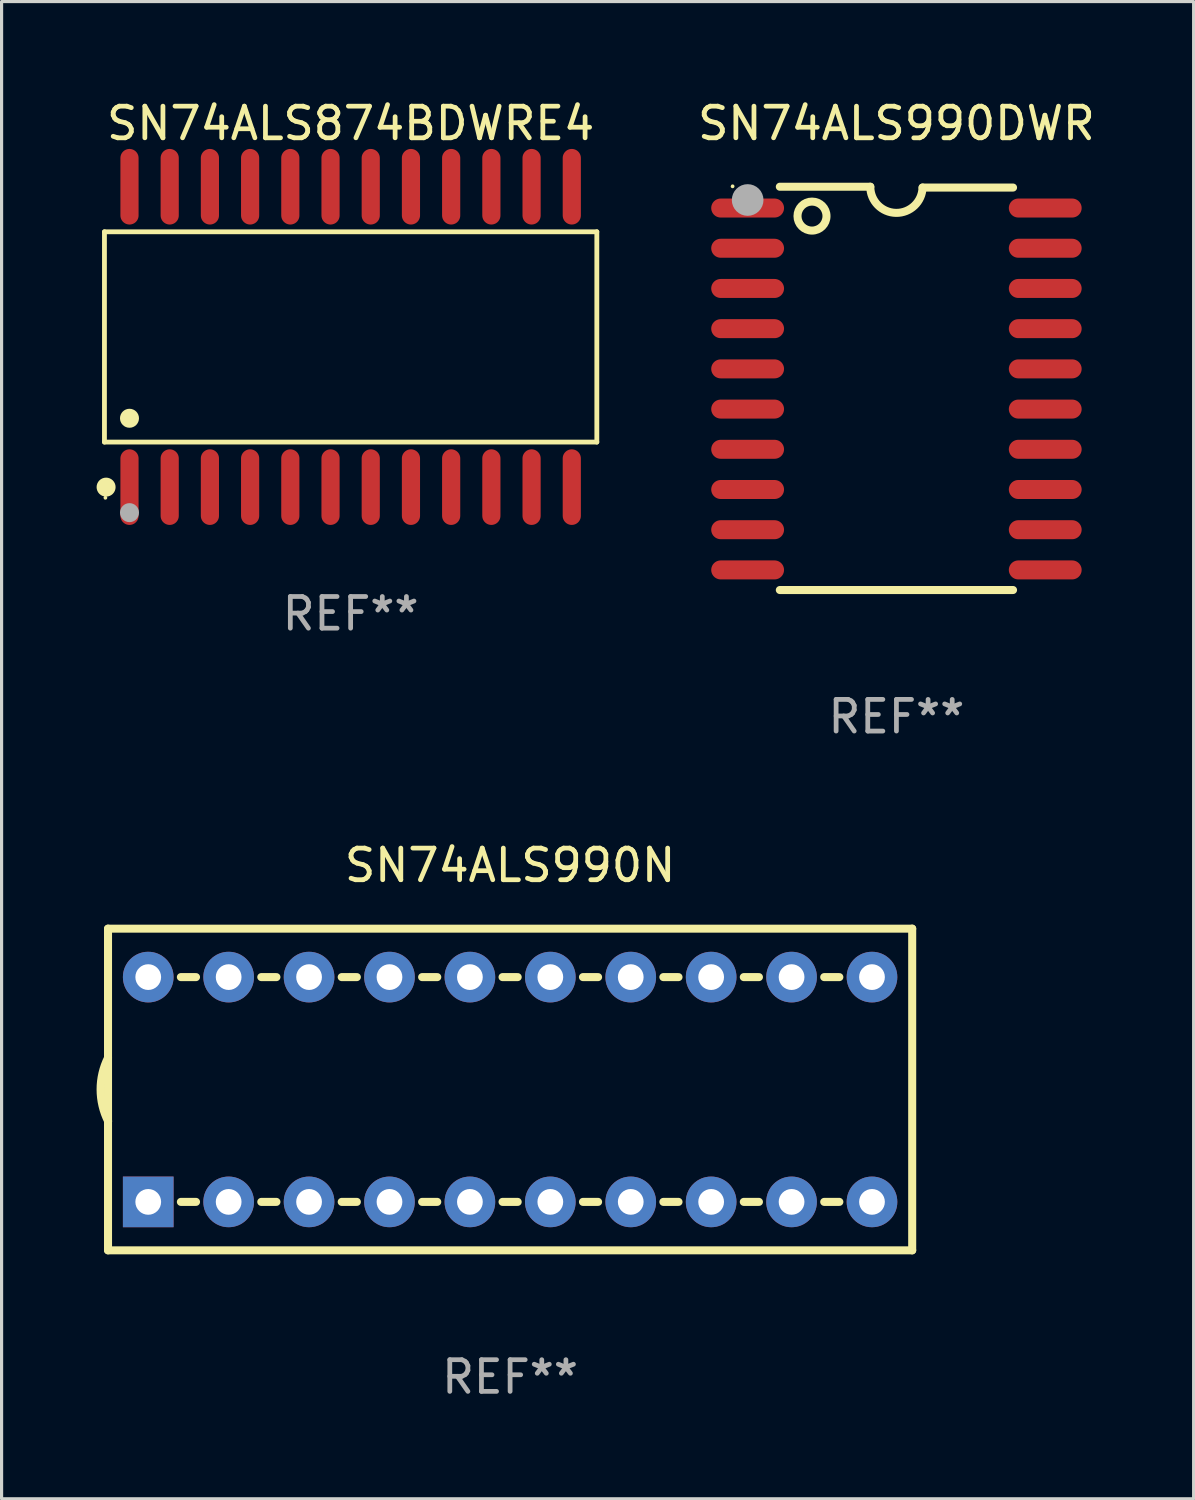
<source format=kicad_pcb>
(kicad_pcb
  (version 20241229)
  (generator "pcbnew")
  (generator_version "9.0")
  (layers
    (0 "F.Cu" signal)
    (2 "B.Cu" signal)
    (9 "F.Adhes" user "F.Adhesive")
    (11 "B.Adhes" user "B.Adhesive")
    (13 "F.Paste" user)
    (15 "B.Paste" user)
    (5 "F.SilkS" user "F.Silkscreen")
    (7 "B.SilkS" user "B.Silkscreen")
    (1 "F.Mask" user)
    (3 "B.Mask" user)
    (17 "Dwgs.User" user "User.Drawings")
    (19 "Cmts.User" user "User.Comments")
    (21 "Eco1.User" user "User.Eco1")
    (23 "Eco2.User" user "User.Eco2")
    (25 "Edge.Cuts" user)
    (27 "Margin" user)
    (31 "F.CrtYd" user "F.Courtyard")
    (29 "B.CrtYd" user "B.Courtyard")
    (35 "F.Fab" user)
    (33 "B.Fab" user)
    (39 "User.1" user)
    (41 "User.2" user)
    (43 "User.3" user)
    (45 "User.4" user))
  (footprint "SN74ALS874BDWRE4"
    (layer "F.Cu")
    (at 8.025 7.592)
    (property "Reference" "SN74ALS874BDWRE4" (at 0 -6.744 0) (layer "F.SilkS") (effects (font (size 1 1) (thickness 0.15))))
    (attr through_hole)
    (fp_line (start -7.776 -3.321) (end 7.776 -3.321) (stroke (width 0.152) (type solid)) (layer "F.SilkS"))
    (fp_line (start -7.776 3.321) (end -7.776 -3.321) (stroke (width 0.152) (type solid)) (layer "F.SilkS"))
    (fp_line (start 7.776 -3.321) (end 7.776 3.321) (stroke (width 0.152) (type solid)) (layer "F.SilkS"))
    (fp_line (start 7.776 3.321) (end -7.776 3.321) (stroke (width 0.152) (type solid)) (layer "F.SilkS"))
    (fp_circle (center -7.747 5.08) (end -7.717 5.08) (stroke (width 0.06) (type solid)) (fill no) (layer "F.SilkS"))
    (fp_circle (center -7.724 4.744) (end -7.574 4.744) (stroke (width 0.3) (type solid)) (fill no) (layer "F.SilkS"))
    (fp_circle (center -6.985 2.569) (end -6.835 2.569) (stroke (width 0.3) (type solid)) (fill no) (layer "F.SilkS"))
    (fp_circle (center -6.985 5.55) (end -6.835 5.55) (stroke (width 0.3) (type solid)) (fill no) (layer "F.Fab"))
    (fp_text user "REF**" (at 0 8.744 0) (layer "F.Fab") (effects (font (size 1 1) (thickness 0.15))))
    (pad "1" smd oval (at -6.985 4.744) (size 0.574 2.388) (layers "F.Cu" "F.Mask" "F.Paste"))
    (pad "2" smd oval (at -5.715 4.744) (size 0.574 2.388) (layers "F.Cu" "F.Mask" "F.Paste"))
    (pad "3" smd oval (at -4.445 4.744) (size 0.574 2.388) (layers "F.Cu" "F.Mask" "F.Paste"))
    (pad "4" smd oval (at -3.175 4.744) (size 0.574 2.388) (layers "F.Cu" "F.Mask" "F.Paste"))
    (pad "5" smd oval (at -1.905 4.744) (size 0.574 2.388) (layers "F.Cu" "F.Mask" "F.Paste"))
    (pad "6" smd oval (at -0.635 4.744) (size 0.574 2.388) (layers "F.Cu" "F.Mask" "F.Paste"))
    (pad "7" smd oval (at 0.635 4.744) (size 0.574 2.388) (layers "F.Cu" "F.Mask" "F.Paste"))
    (pad "8" smd oval (at 1.905 4.744) (size 0.574 2.388) (layers "F.Cu" "F.Mask" "F.Paste"))
    (pad "9" smd oval (at 3.175 4.744) (size 0.574 2.388) (layers "F.Cu" "F.Mask" "F.Paste"))
    (pad "10" smd oval (at 4.445 4.744) (size 0.574 2.388) (layers "F.Cu" "F.Mask" "F.Paste"))
    (pad "11" smd oval (at 5.715 4.744) (size 0.574 2.388) (layers "F.Cu" "F.Mask" "F.Paste"))
    (pad "12" smd oval (at 6.985 4.744) (size 0.574 2.388) (layers "F.Cu" "F.Mask" "F.Paste"))
    (pad "13" smd oval (at 6.985 -4.744) (size 0.574 2.388) (layers "F.Cu" "F.Mask" "F.Paste"))
    (pad "14" smd oval (at 5.715 -4.744) (size 0.574 2.388) (layers "F.Cu" "F.Mask" "F.Paste"))
    (pad "15" smd oval (at 4.445 -4.744) (size 0.574 2.388) (layers "F.Cu" "F.Mask" "F.Paste"))
    (pad "16" smd oval (at 3.175 -4.744) (size 0.574 2.388) (layers "F.Cu" "F.Mask" "F.Paste"))
    (pad "17" smd oval (at 1.905 -4.744) (size 0.574 2.388) (layers "F.Cu" "F.Mask" "F.Paste"))
    (pad "18" smd oval (at 0.635 -4.744) (size 0.574 2.388) (layers "F.Cu" "F.Mask" "F.Paste"))
    (pad "19" smd oval (at -0.635 -4.744) (size 0.574 2.388) (layers "F.Cu" "F.Mask" "F.Paste"))
    (pad "20" smd oval (at -1.905 -4.744) (size 0.574 2.388) (layers "F.Cu" "F.Mask" "F.Paste"))
    (pad "21" smd oval (at -3.175 -4.744) (size 0.574 2.388) (layers "F.Cu" "F.Mask" "F.Paste"))
    (pad "22" smd oval (at -4.445 -4.744) (size 0.574 2.388) (layers "F.Cu" "F.Mask" "F.Paste"))
    (pad "23" smd oval (at -5.715 -4.744) (size 0.574 2.388) (layers "F.Cu" "F.Mask" "F.Paste"))
    (pad "24" smd oval (at -6.985 -4.744) (size 0.574 2.388) (layers "F.Cu" "F.Mask" "F.Paste")))
  (footprint "SN74ALS990N"
    (layer "F.Cu")
    (at 13.062 31.362)
    (property "Reference" "SN74ALS990N" (at 0 -7.08 0) (layer "F.SilkS") (effects (font (size 1 1) (thickness 0.15))))
    (attr through_hole)
    (fp_line (start -12.7 -5.08) (end -12.7 5.08) (stroke (width 0.254) (type solid)) (layer "F.SilkS"))
    (fp_line (start -12.7 5.08) (end 12.7 5.08) (stroke (width 0.254) (type solid)) (layer "F.SilkS"))
    (fp_line (start -10.399 -3.55) (end -9.921 -3.55) (stroke (width 0.254) (type solid)) (layer "F.SilkS"))
    (fp_line (start -10.399 3.55) (end -9.921 3.55) (stroke (width 0.254) (type solid)) (layer "F.SilkS"))
    (fp_line (start -7.859 -3.55) (end -7.381 -3.55) (stroke (width 0.254) (type solid)) (layer "F.SilkS"))
    (fp_line (start -7.859 3.55) (end -7.381 3.55) (stroke (width 0.254) (type solid)) (layer "F.SilkS"))
    (fp_line (start -5.319 -3.55) (end -4.841 -3.55) (stroke (width 0.254) (type solid)) (layer "F.SilkS"))
    (fp_line (start -5.319 3.55) (end -4.841 3.55) (stroke (width 0.254) (type solid)) (layer "F.SilkS"))
    (fp_line (start -2.779 -3.55) (end -2.301 -3.55) (stroke (width 0.254) (type solid)) (layer "F.SilkS"))
    (fp_line (start -2.779 3.55) (end -2.301 3.55) (stroke (width 0.254) (type solid)) (layer "F.SilkS"))
    (fp_line (start -0.239 -3.55) (end 0.239 -3.55) (stroke (width 0.254) (type solid)) (layer "F.SilkS"))
    (fp_line (start -0.239 3.55) (end 0.239 3.55) (stroke (width 0.254) (type solid)) (layer "F.SilkS"))
    (fp_line (start 2.301 -3.55) (end 2.779 -3.55) (stroke (width 0.254) (type solid)) (layer "F.SilkS"))
    (fp_line (start 2.301 3.55) (end 2.779 3.55) (stroke (width 0.254) (type solid)) (layer "F.SilkS"))
    (fp_line (start 4.841 -3.55) (end 5.319 -3.55) (stroke (width 0.254) (type solid)) (layer "F.SilkS"))
    (fp_line (start 4.841 3.55) (end 5.319 3.55) (stroke (width 0.254) (type solid)) (layer "F.SilkS"))
    (fp_line (start 7.381 -3.55) (end 7.859 -3.55) (stroke (width 0.254) (type solid)) (layer "F.SilkS"))
    (fp_line (start 7.381 3.55) (end 7.859 3.55) (stroke (width 0.254) (type solid)) (layer "F.SilkS"))
    (fp_line (start 9.921 -3.55) (end 10.399 -3.55) (stroke (width 0.254) (type solid)) (layer "F.SilkS"))
    (fp_line (start 9.921 3.55) (end 10.399 3.55) (stroke (width 0.254) (type solid)) (layer "F.SilkS"))
    (fp_line (start 12.7 -5.08) (end -12.7 -5.08) (stroke (width 0.254) (type solid)) (layer "F.SilkS"))
    (fp_line (start 12.7 5.08) (end 12.7 -5.08) (stroke (width 0.254) (type solid)) (layer "F.SilkS"))
    (fp_arc (start -12.697638 0.999974) (mid -12.934513 0.000281) (end -12.700025 -0.999975) (stroke (width 0.254001) (type solid)) (layer "F.SilkS"))
    (fp_circle (center -12.7 5.08) (end -12.67 5.08) (stroke (width 0.06) (type solid)) (fill no) (layer "F.SilkS"))
    (fp_text user "REF**" (at 0 9.08 0) (layer "F.Fab") (effects (font (size 1 1) (thickness 0.15))))
    (pad "1" thru_hole rect (at -11.43 3.55) (size 1.6 1.6) (drill 0.813) (layers "*.Cu" "*.Mask"))
    (pad "2" thru_hole circle (at -8.89 3.55) (size 1.6 1.6) (drill 0.813) (layers "*.Cu" "*.Mask"))
    (pad "3" thru_hole circle (at -6.35 3.55) (size 1.6 1.6) (drill 0.813) (layers "*.Cu" "*.Mask"))
    (pad "4" thru_hole circle (at -3.81 3.55) (size 1.6 1.6) (drill 0.813) (layers "*.Cu" "*.Mask"))
    (pad "5" thru_hole circle (at -1.27 3.55) (size 1.6 1.6) (drill 0.813) (layers "*.Cu" "*.Mask"))
    (pad "6" thru_hole circle (at 1.27 3.55) (size 1.6 1.6) (drill 0.813) (layers "*.Cu" "*.Mask"))
    (pad "7" thru_hole circle (at 3.81 3.55) (size 1.6 1.6) (drill 0.813) (layers "*.Cu" "*.Mask"))
    (pad "8" thru_hole circle (at 6.35 3.55) (size 1.6 1.6) (drill 0.813) (layers "*.Cu" "*.Mask"))
    (pad "9" thru_hole circle (at 8.89 3.55) (size 1.6 1.6) (drill 0.813) (layers "*.Cu" "*.Mask"))
    (pad "10" thru_hole circle (at 11.43 3.55) (size 1.6 1.6) (drill 0.813) (layers "*.Cu" "*.Mask"))
    (pad "11" thru_hole circle (at 11.43 -3.55) (size 1.6 1.6) (drill 0.813) (layers "*.Cu" "*.Mask"))
    (pad "12" thru_hole circle (at 8.89 -3.55) (size 1.6 1.6) (drill 0.813) (layers "*.Cu" "*.Mask"))
    (pad "13" thru_hole circle (at 6.35 -3.55) (size 1.6 1.6) (drill 0.813) (layers "*.Cu" "*.Mask"))
    (pad "14" thru_hole circle (at 3.81 -3.55) (size 1.6 1.6) (drill 0.813) (layers "*.Cu" "*.Mask"))
    (pad "15" thru_hole circle (at 1.27 -3.55) (size 1.6 1.6) (drill 0.813) (layers "*.Cu" "*.Mask"))
    (pad "16" thru_hole circle (at -1.27 -3.55) (size 1.6 1.6) (drill 0.813) (layers "*.Cu" "*.Mask"))
    (pad "17" thru_hole circle (at -3.81 -3.55) (size 1.6 1.6) (drill 0.813) (layers "*.Cu" "*.Mask"))
    (pad "18" thru_hole circle (at -6.35 -3.55) (size 1.6 1.6) (drill 0.813) (layers "*.Cu" "*.Mask"))
    (pad "19" thru_hole circle (at -8.89 -3.55) (size 1.6 1.6) (drill 0.813) (layers "*.Cu" "*.Mask"))
    (pad "20" thru_hole circle (at -11.43 -3.55) (size 1.6 1.6) (drill 0.813) (layers "*.Cu" "*.Mask")))
  (footprint "SN74ALS990DWR"
    (layer "F.Cu")
    (at 25.264 9.217)
    (property "Reference" "SN74ALS990DWR" (at 0 -8.369 0) (layer "F.SilkS") (effects (font (size 1 1) (thickness 0.15))))
    (attr through_hole)
    (fp_line (start -3.096 6.369) (end -3.683 6.369) (stroke (width 0.254) (type solid)) (layer "F.SilkS"))
    (fp_line (start -0.825 -6.369) (end -3.683 -6.369) (stroke (width 0.254) (type solid)) (layer "F.SilkS"))
    (fp_line (start 0.826 -6.343) (end 3.683 -6.343) (stroke (width 0.254) (type solid)) (layer "F.SilkS"))
    (fp_line (start 3.048 6.369) (end -3.096 6.369) (stroke (width 0.254) (type solid)) (layer "F.SilkS"))
    (fp_line (start 3.048 6.369) (end 3.683 6.369) (stroke (width 0.254) (type solid)) (layer "F.SilkS"))
    (fp_arc (start 0.825527 -6.343129) (mid -0.012478 -5.543126) (end -0.825476 -6.36853) (stroke (width 0.254001) (type solid)) (layer "F.SilkS"))
    (fp_circle (center -5.175 -6.382) (end -5.145 -6.382) (stroke (width 0.06) (type solid)) (fill no) (layer "F.SilkS"))
    (fp_circle (center -2.667 -5.442) (end -2.209 -5.442) (stroke (width 0.254) (type solid)) (fill no) (layer "F.SilkS"))
    (fp_circle (center -4.699 -5.95) (end -4.449 -5.95) (stroke (width 0.5) (type solid)) (fill no) (layer "F.Fab"))
    (fp_text user "REF**" (at 0 10.369 0) (layer "F.Fab") (effects (font (size 1 1) (thickness 0.15))))
    (pad "1" smd oval (at -4.7 -5.696 90) (size 0.6 2.3) (layers "F.Cu" "F.Mask" "F.Paste"))
    (pad "2" smd oval (at -4.7 -4.426 90) (size 0.6 2.3) (layers "F.Cu" "F.Mask" "F.Paste"))
    (pad "3" smd oval (at -4.7 -3.156 90) (size 0.6 2.3) (layers "F.Cu" "F.Mask" "F.Paste"))
    (pad "4" smd oval (at -4.7 -1.886 90) (size 0.6 2.3) (layers "F.Cu" "F.Mask" "F.Paste"))
    (pad "5" smd oval (at -4.7 -0.616 90) (size 0.6 2.3) (layers "F.Cu" "F.Mask" "F.Paste"))
    (pad "6" smd oval (at -4.7 0.654 90) (size 0.6 2.3) (layers "F.Cu" "F.Mask" "F.Paste"))
    (pad "7" smd oval (at -4.7 1.924 90) (size 0.6 2.3) (layers "F.Cu" "F.Mask" "F.Paste"))
    (pad "8" smd oval (at -4.7 3.194 90) (size 0.6 2.3) (layers "F.Cu" "F.Mask" "F.Paste"))
    (pad "9" smd oval (at -4.7 4.464 90) (size 0.6 2.3) (layers "F.Cu" "F.Mask" "F.Paste"))
    (pad "10" smd oval (at -4.7 5.734 90) (size 0.6 2.3) (layers "F.Cu" "F.Mask" "F.Paste"))
    (pad "11" smd oval (at 4.7 5.734 90) (size 0.6 2.3) (layers "F.Cu" "F.Mask" "F.Paste"))
    (pad "12" smd oval (at 4.7 4.464 90) (size 0.6 2.3) (layers "F.Cu" "F.Mask" "F.Paste"))
    (pad "13" smd oval (at 4.7 3.194 90) (size 0.6 2.3) (layers "F.Cu" "F.Mask" "F.Paste"))
    (pad "14" smd oval (at 4.7 1.924 90) (size 0.6 2.3) (layers "F.Cu" "F.Mask" "F.Paste"))
    (pad "15" smd oval (at 4.7 0.654 90) (size 0.6 2.3) (layers "F.Cu" "F.Mask" "F.Paste"))
    (pad "16" smd oval (at 4.7 -0.616 90) (size 0.6 2.3) (layers "F.Cu" "F.Mask" "F.Paste"))
    (pad "17" smd oval (at 4.7 -1.886 90) (size 0.6 2.3) (layers "F.Cu" "F.Mask" "F.Paste"))
    (pad "18" smd oval (at 4.7 -3.156 90) (size 0.6 2.3) (layers "F.Cu" "F.Mask" "F.Paste"))
    (pad "19" smd oval (at 4.7 -4.426 90) (size 0.6 2.3) (layers "F.Cu" "F.Mask" "F.Paste"))
    (pad "20" smd oval (at 4.7 -5.696 90) (size 0.6 2.3) (layers "F.Cu" "F.Mask" "F.Paste")))
  (gr_rect
    (start -3 -3)
    (end 34.651 44.29)
    (stroke (width 0.1) (type default))
    (fill no)
    (layer "Edge.Cuts")))
</source>
